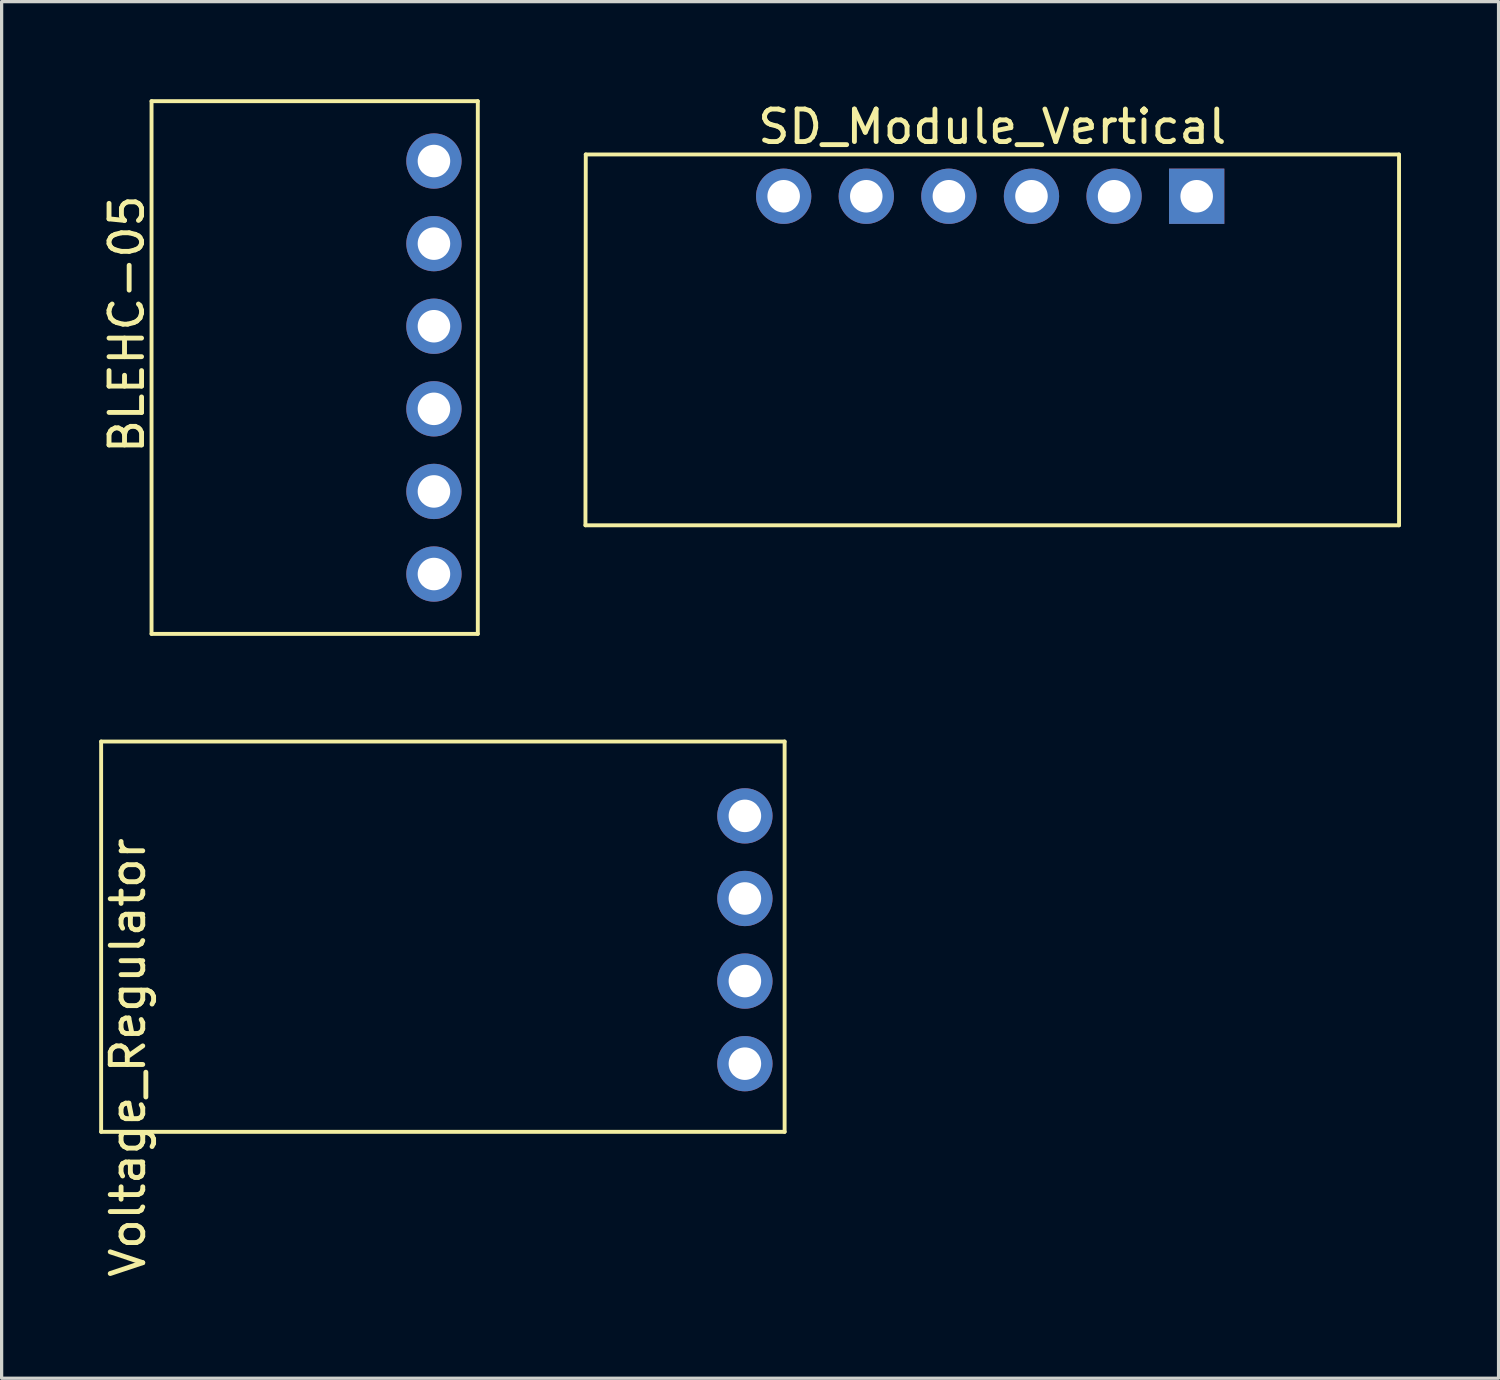
<source format=kicad_pcb>
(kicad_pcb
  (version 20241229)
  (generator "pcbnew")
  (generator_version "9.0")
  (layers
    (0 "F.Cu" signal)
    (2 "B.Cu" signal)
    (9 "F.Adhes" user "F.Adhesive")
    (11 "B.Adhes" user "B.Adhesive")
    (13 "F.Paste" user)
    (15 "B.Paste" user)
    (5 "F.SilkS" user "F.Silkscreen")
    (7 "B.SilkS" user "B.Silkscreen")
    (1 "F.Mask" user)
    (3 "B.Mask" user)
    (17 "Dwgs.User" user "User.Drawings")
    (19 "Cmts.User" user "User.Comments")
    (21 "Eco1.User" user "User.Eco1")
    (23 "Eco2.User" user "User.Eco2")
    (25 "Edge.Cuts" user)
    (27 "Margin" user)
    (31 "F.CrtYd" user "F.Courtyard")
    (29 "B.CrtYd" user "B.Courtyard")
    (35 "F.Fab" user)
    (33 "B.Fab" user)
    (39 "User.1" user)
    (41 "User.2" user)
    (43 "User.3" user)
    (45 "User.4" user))
  (footprint "Voltage_Regulator"
    (layer "F.Cu")
    (at 21.078 19.753)
    (property "Reference" "Voltage_Regulator" (at -20.193 9.716 270) (layer "F.SilkS") (effects (font (size 1 1) (thickness 0.15))))
    (attr through_hole)
    (fp_line (start -21.018 0) (end -21.018 12.002) (stroke (width 0.12) (type solid)) (layer "F.SilkS"))
    (fp_line (start -21.018 12.002) (end 0 12.002) (stroke (width 0.12) (type solid)) (layer "F.SilkS"))
    (fp_line (start 0 0) (end -21.018 0) (stroke (width 0.12) (type solid)) (layer "F.SilkS"))
    (fp_line (start 0 12.002) (end 0 0) (stroke (width 0.12) (type solid)) (layer "F.SilkS"))
    (pad "1" thru_hole circle (at -1.222 9.906) (size 1.7 1.7) (drill 1) (layers "*.Cu" "*.Mask"))
    (pad "2" thru_hole circle (at -1.222 7.366) (size 1.7 1.7) (drill 1) (layers "*.Cu" "*.Mask"))
    (pad "3" thru_hole circle (at -1.222 4.826) (size 1.7 1.7) (drill 1) (layers "*.Cu" "*.Mask"))
    (pad "4" thru_hole circle (at -1.222 2.286) (size 1.7 1.7) (drill 1) (layers "*.Cu" "*.Mask")))
  (footprint "SD_Module_Vertical"
    (layer "F.Cu")
    (at 27.526 1.61)
    (property "Reference" "SD_Module_Vertical" (at -0.064 -0.762 0) (layer "F.SilkS") (effects (font (size 1 1) (thickness 0.15))))
    (attr through_hole)
    (fp_line (start -12.563 0.09) (end -12.573 11.493) (stroke (width 0.12) (type solid)) (layer "F.SilkS"))
    (fp_line (start -12.563 0.09) (end 12.437 0.09) (stroke (width 0.12) (type solid)) (layer "F.SilkS"))
    (fp_line (start 12.446 0.09) (end 12.446 11.493) (stroke (width 0.12) (type solid)) (layer "F.SilkS"))
    (fp_line (start 12.446 11.493) (end -12.573 11.493) (stroke (width 0.12) (type solid)) (layer "F.SilkS"))
    (pad "1" thru_hole circle (at -6.477 1.375) (size 1.7 1.7) (drill 1) (layers "*.Cu" "*.Mask"))
    (pad "2" thru_hole circle (at -3.937 1.375) (size 1.7 1.7) (drill 1) (layers "*.Cu" "*.Mask"))
    (pad "3" thru_hole circle (at -1.397 1.375) (size 1.7 1.7) (drill 1) (layers "*.Cu" "*.Mask"))
    (pad "4" thru_hole circle (at 1.143 1.375) (size 1.7 1.7) (drill 1) (layers "*.Cu" "*.Mask"))
    (pad "5" thru_hole circle (at 3.683 1.375) (size 1.7 1.7) (drill 1) (layers "*.Cu" "*.Mask"))
    (pad "6" thru_hole rect (at 6.223 1.375) (size 1.7 1.7) (drill 1) (layers "*.Cu" "*.Mask")))
  (footprint "BLEHC-05"
    (layer "F.Cu")
    (at 11.643 5.585)
    (property "Reference" "BLEHC-05" (at -10.795 1.333 270) (layer "F.SilkS") (effects (font (size 1 1) (thickness 0.15))))
    (attr through_hole)
    (fp_line (start -10.033 -5.524) (end -10.033 10.858) (stroke (width 0.12) (type solid)) (layer "F.SilkS"))
    (fp_line (start 0 -5.524) (end -10.033 -5.524) (stroke (width 0.12) (type solid)) (layer "F.SilkS"))
    (fp_line (start 0 -5.524) (end 0 10.858) (stroke (width 0.12) (type solid)) (layer "F.SilkS"))
    (fp_line (start 0 10.858) (end -10.033 10.858) (stroke (width 0.12) (type solid)) (layer "F.SilkS"))
    (pad "1" thru_hole circle (at -1.349 9.017) (size 1.7 1.7) (drill 1) (layers "*.Cu" "*.Mask"))
    (pad "2" thru_hole circle (at -1.349 6.477) (size 1.7 1.7) (drill 1) (layers "*.Cu" "*.Mask"))
    (pad "3" thru_hole circle (at -1.349 3.937) (size 1.7 1.7) (drill 1) (layers "*.Cu" "*.Mask"))
    (pad "4" thru_hole circle (at -1.349 1.397) (size 1.7 1.7) (drill 1) (layers "*.Cu" "*.Mask"))
    (pad "5" thru_hole circle (at -1.349 -1.143) (size 1.7 1.7) (drill 1) (layers "*.Cu" "*.Mask"))
    (pad "6" thru_hole circle (at -1.349 -3.683) (size 1.7 1.7) (drill 1) (layers "*.Cu" "*.Mask")))
  (gr_rect
    (start -3 -3)
    (end 43.032 39.332)
    (stroke (width 0.1) (type default))
    (fill no)
    (layer "Edge.Cuts")))
</source>
